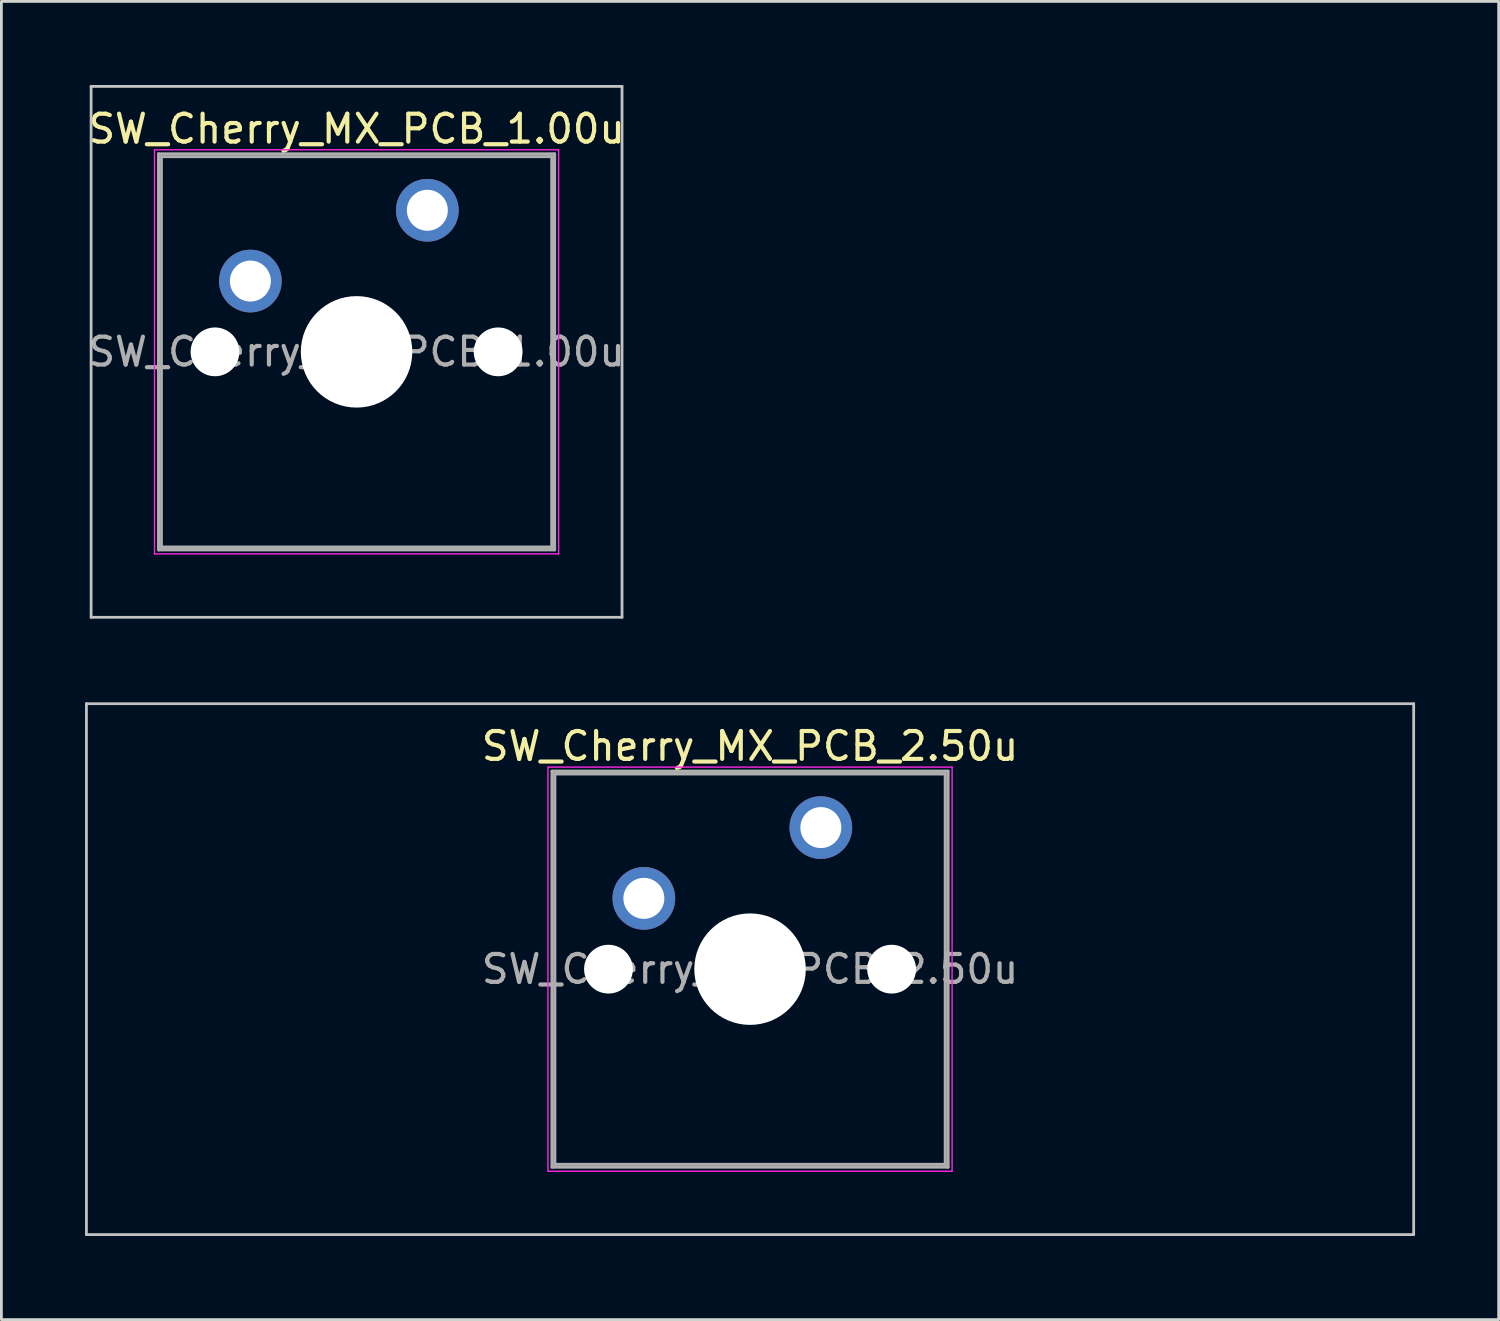
<source format=kicad_pcb>
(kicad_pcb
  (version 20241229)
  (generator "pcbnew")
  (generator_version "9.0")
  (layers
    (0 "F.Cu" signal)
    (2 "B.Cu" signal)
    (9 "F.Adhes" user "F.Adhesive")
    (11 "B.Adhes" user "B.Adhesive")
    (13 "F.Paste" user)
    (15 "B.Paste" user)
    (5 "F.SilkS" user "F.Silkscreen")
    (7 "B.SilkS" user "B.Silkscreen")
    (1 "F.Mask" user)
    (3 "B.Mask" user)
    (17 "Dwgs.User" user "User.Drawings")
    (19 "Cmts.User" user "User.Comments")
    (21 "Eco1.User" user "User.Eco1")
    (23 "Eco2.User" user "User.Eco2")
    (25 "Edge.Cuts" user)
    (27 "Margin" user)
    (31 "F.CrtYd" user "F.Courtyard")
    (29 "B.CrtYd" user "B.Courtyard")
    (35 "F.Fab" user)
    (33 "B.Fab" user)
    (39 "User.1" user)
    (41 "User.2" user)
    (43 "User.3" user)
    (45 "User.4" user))
  (footprint "SW_Cherry_MX_PCB_1.00u"
    (layer "F.Cu")
    (at 9.744 9.575)
    (property "Reference" "SW_Cherry_MX_PCB_1.00u" (at 0 -8 0) (layer "F.SilkS") (effects (font (size 1 1) (thickness 0.15))))
    (attr through_hole)
    (fp_line (start -9.525 -9.525) (end -9.525 9.525) (stroke (width 0.1) (type solid)) (layer "Dwgs.User"))
    (fp_line (start -9.525 9.525) (end 9.525 9.525) (stroke (width 0.1) (type solid)) (layer "Dwgs.User"))
    (fp_line (start 9.525 -9.525) (end -9.525 -9.525) (stroke (width 0.1) (type solid)) (layer "Dwgs.User"))
    (fp_line (start 9.525 9.525) (end 9.525 -9.525) (stroke (width 0.1) (type solid)) (layer "Dwgs.User"))
    (fp_line (start -7.25 -7.25) (end -7.25 7.25) (stroke (width 0.05) (type solid)) (layer "F.CrtYd"))
    (fp_line (start -7.25 7.25) (end 7.25 7.25) (stroke (width 0.05) (type solid)) (layer "F.CrtYd"))
    (fp_line (start 7.25 -7.25) (end -7.25 -7.25) (stroke (width 0.05) (type solid)) (layer "F.CrtYd"))
    (fp_line (start 7.25 7.25) (end 7.25 -7.25) (stroke (width 0.05) (type solid)) (layer "F.CrtYd"))
    (fp_line (start -7.1 -7.1) (end -7.1 7.1) (stroke (width 0.12) (type solid)) (layer "F.Fab"))
    (fp_line (start -7.1 7.1) (end 7.1 7.1) (stroke (width 0.12) (type solid)) (layer "F.Fab"))
    (fp_line (start -7 -7) (end -7 7) (stroke (width 0.1) (type solid)) (layer "F.Fab"))
    (fp_line (start -7 7) (end 7 7) (stroke (width 0.1) (type solid)) (layer "F.Fab"))
    (fp_line (start 7 -7) (end -7 -7) (stroke (width 0.1) (type solid)) (layer "F.Fab"))
    (fp_line (start 7 7) (end 7 -7) (stroke (width 0.1) (type solid)) (layer "F.Fab"))
    (fp_line (start 7.1 -7.1) (end -7.1 -7.1) (stroke (width 0.12) (type solid)) (layer "F.Fab"))
    (fp_line (start 7.1 7.1) (end 7.1 -7.1) (stroke (width 0.12) (type solid)) (layer "F.Fab"))
    (fp_text user "${REFERENCE}" (at 0 0 0) (layer "F.Fab") (effects (font (size 1 1) (thickness 0.15))))
    (pad "" np_thru_hole circle (at -5.08 0) (size 1.75 1.75) (drill 1.75) (layers "*.Cu" "*.Mask"))
    (pad "" np_thru_hole circle (at 0 0) (size 4 4) (drill 4) (layers "*.Cu" "*.Mask"))
    (pad "" np_thru_hole circle (at 5.08 0) (size 1.75 1.75) (drill 1.75) (layers "*.Cu" "*.Mask"))
    (pad "1" thru_hole circle (at -3.81 -2.54) (size 2.25 2.25) (drill 1.47) (layers "*.Cu" "B.Mask"))
    (pad "2" thru_hole circle (at 2.54 -5.08) (size 2.25 2.25) (drill 1.47) (layers "*.Cu" "B.Mask")))
  (footprint "SW_Cherry_MX_PCB_2.50u"
    (layer "F.Cu")
    (at 23.863 31.725)
    (property "Reference" "SW_Cherry_MX_PCB_2.50u" (at 0 -8 0) (layer "F.SilkS") (effects (font (size 1 1) (thickness 0.15))))
    (attr through_hole)
    (fp_line (start -23.812 -9.525) (end -23.812 9.525) (stroke (width 0.1) (type solid)) (layer "Dwgs.User"))
    (fp_line (start -23.812 9.525) (end 23.812 9.525) (stroke (width 0.1) (type solid)) (layer "Dwgs.User"))
    (fp_line (start 23.812 -9.525) (end -23.812 -9.525) (stroke (width 0.1) (type solid)) (layer "Dwgs.User"))
    (fp_line (start 23.812 9.525) (end 23.812 -9.525) (stroke (width 0.1) (type solid)) (layer "Dwgs.User"))
    (fp_line (start -7.25 -7.25) (end -7.25 7.25) (stroke (width 0.05) (type solid)) (layer "F.CrtYd"))
    (fp_line (start -7.25 7.25) (end 7.25 7.25) (stroke (width 0.05) (type solid)) (layer "F.CrtYd"))
    (fp_line (start 7.25 -7.25) (end -7.25 -7.25) (stroke (width 0.05) (type solid)) (layer "F.CrtYd"))
    (fp_line (start 7.25 7.25) (end 7.25 -7.25) (stroke (width 0.05) (type solid)) (layer "F.CrtYd"))
    (fp_line (start -7.1 -7.1) (end -7.1 7.1) (stroke (width 0.12) (type solid)) (layer "F.Fab"))
    (fp_line (start -7.1 7.1) (end 7.1 7.1) (stroke (width 0.12) (type solid)) (layer "F.Fab"))
    (fp_line (start -7 -7) (end -7 7) (stroke (width 0.1) (type solid)) (layer "F.Fab"))
    (fp_line (start -7 7) (end 7 7) (stroke (width 0.1) (type solid)) (layer "F.Fab"))
    (fp_line (start 7 -7) (end -7 -7) (stroke (width 0.1) (type solid)) (layer "F.Fab"))
    (fp_line (start 7 7) (end 7 -7) (stroke (width 0.1) (type solid)) (layer "F.Fab"))
    (fp_line (start 7.1 -7.1) (end -7.1 -7.1) (stroke (width 0.12) (type solid)) (layer "F.Fab"))
    (fp_line (start 7.1 7.1) (end 7.1 -7.1) (stroke (width 0.12) (type solid)) (layer "F.Fab"))
    (fp_text user "${REFERENCE}" (at 0 0 0) (layer "F.Fab") (effects (font (size 1 1) (thickness 0.15))))
    (pad "" np_thru_hole circle (at -5.08 0) (size 1.75 1.75) (drill 1.75) (layers "*.Cu" "*.Mask"))
    (pad "" np_thru_hole circle (at 0 0) (size 4 4) (drill 4) (layers "*.Cu" "*.Mask"))
    (pad "" np_thru_hole circle (at 5.08 0) (size 1.75 1.75) (drill 1.75) (layers "*.Cu" "*.Mask"))
    (pad "1" thru_hole circle (at -3.81 -2.54) (size 2.25 2.25) (drill 1.47) (layers "*.Cu" "B.Mask"))
    (pad "2" thru_hole circle (at 2.54 -5.08) (size 2.25 2.25) (drill 1.47) (layers "*.Cu" "B.Mask")))
  (gr_rect
    (start -3 -3)
    (end 50.725 44.3)
    (stroke (width 0.1) (type default))
    (fill no)
    (layer "Edge.Cuts")))
</source>
